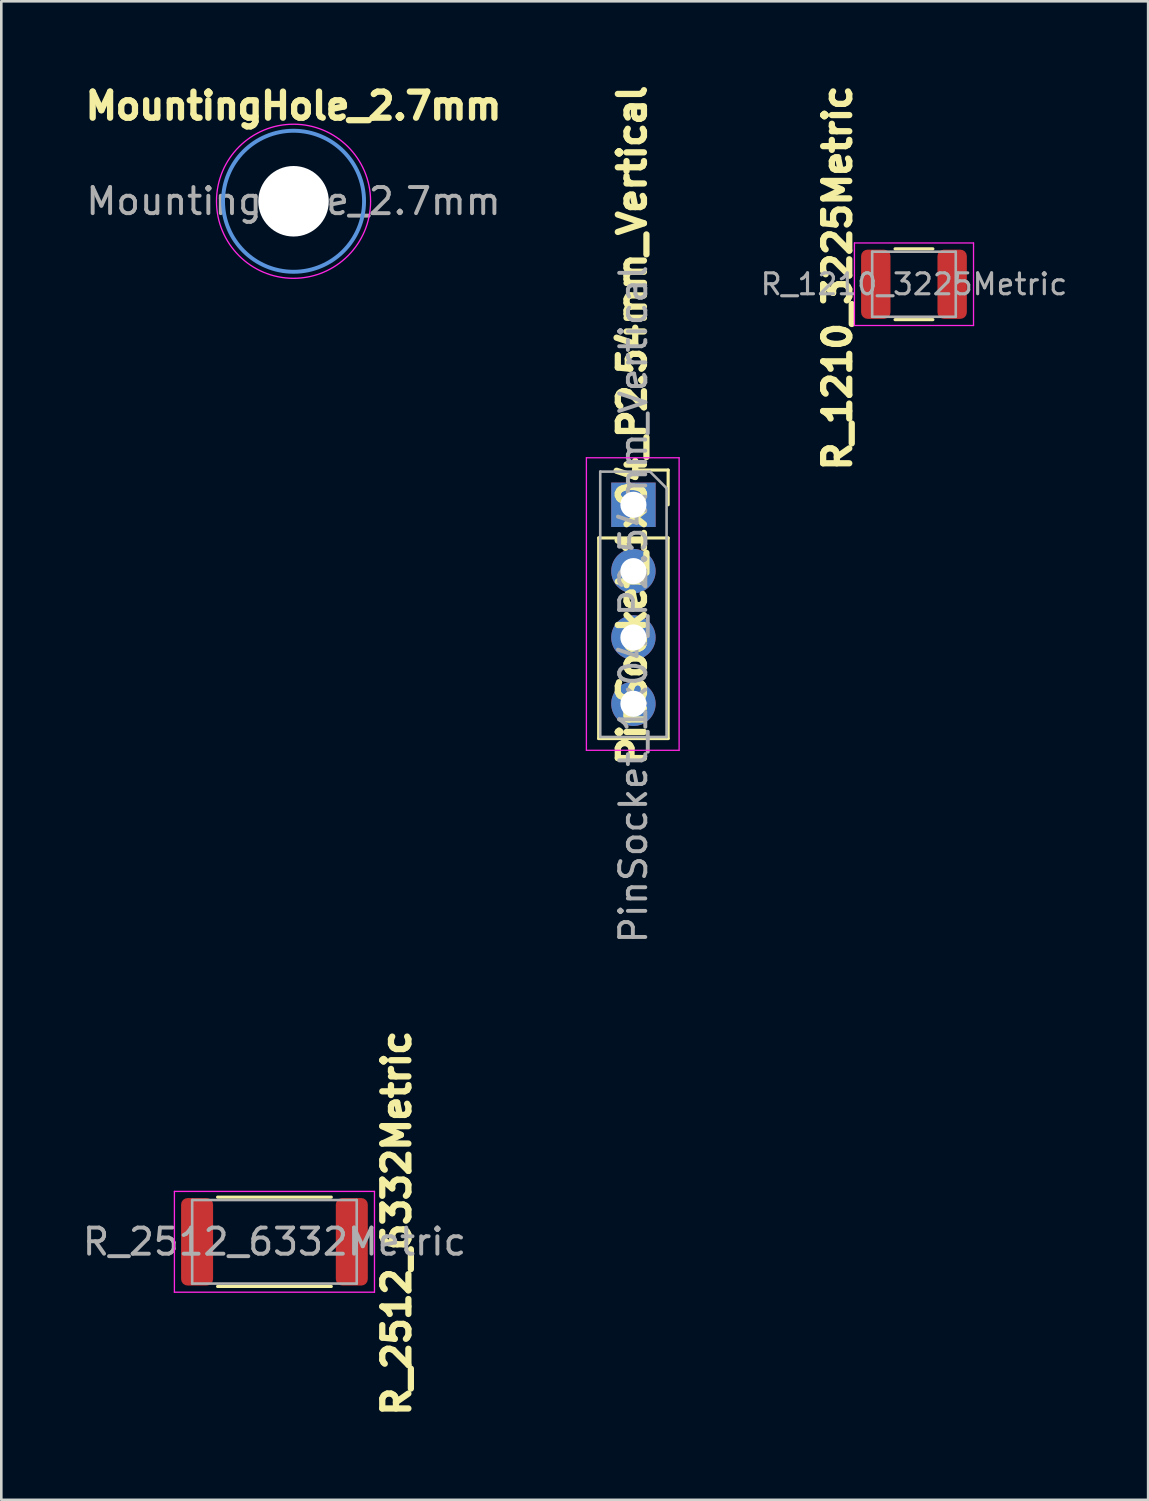
<source format=kicad_pcb>
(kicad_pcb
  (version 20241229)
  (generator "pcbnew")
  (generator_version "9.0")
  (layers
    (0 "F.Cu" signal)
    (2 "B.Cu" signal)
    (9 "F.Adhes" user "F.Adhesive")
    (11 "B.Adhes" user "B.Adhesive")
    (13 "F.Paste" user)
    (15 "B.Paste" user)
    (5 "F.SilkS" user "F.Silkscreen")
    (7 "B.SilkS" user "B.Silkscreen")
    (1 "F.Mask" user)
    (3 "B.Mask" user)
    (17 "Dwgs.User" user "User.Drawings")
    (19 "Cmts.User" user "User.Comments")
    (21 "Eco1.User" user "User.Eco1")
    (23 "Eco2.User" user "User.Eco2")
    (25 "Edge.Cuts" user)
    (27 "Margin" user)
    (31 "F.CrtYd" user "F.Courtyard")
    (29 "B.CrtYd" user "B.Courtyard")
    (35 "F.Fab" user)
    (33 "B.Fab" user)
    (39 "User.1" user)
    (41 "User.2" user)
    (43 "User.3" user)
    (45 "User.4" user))
  (footprint "R_2512_6332Metric"
    (layer "F.Cu")
    (at 7.458 44.496)
    (property "Reference" "R_2512_6332Metric" (at 4.678 -0.714 270) (layer "F.SilkS") (effects (font (size 1 1) (thickness 0.24))))
    (attr smd)
    (fp_line (start -2.177 -1.71) (end 2.177 -1.71) (stroke (width 0.12) (type solid)) (layer "F.SilkS"))
    (fp_line (start -2.177 1.71) (end 2.177 1.71) (stroke (width 0.12) (type solid)) (layer "F.SilkS"))
    (fp_line (start -3.83 -1.93) (end 3.83 -1.93) (stroke (width 0.05) (type solid)) (layer "F.CrtYd"))
    (fp_line (start -3.83 1.93) (end -3.83 -1.93) (stroke (width 0.05) (type solid)) (layer "F.CrtYd"))
    (fp_line (start 3.83 -1.93) (end 3.83 1.93) (stroke (width 0.05) (type solid)) (layer "F.CrtYd"))
    (fp_line (start 3.83 1.93) (end -3.83 1.93) (stroke (width 0.05) (type solid)) (layer "F.CrtYd"))
    (fp_line (start -3.15 -1.6) (end 3.15 -1.6) (stroke (width 0.1) (type solid)) (layer "F.Fab"))
    (fp_line (start -3.15 1.6) (end -3.15 -1.6) (stroke (width 0.1) (type solid)) (layer "F.Fab"))
    (fp_line (start 3.15 -1.6) (end 3.15 1.6) (stroke (width 0.1) (type solid)) (layer "F.Fab"))
    (fp_line (start 3.15 1.6) (end -3.15 1.6) (stroke (width 0.1) (type solid)) (layer "F.Fab"))
    (fp_text user "${REFERENCE}" (at 0 0 0) (layer "F.Fab") (effects (font (size 1 1) (thickness 0.15))))
    (pad "1" smd roundrect (at -2.962 0) (size 1.225 3.35) (layers "F.Cu" "F.Mask" "F.Paste") (roundrect_rratio 0.204))
    (pad "2" smd roundrect (at 2.962 0) (size 1.225 3.35) (layers "F.Cu" "F.Mask" "F.Paste") (roundrect_rratio 0.204)))
  (footprint "PinSocket_1x04_P2.54mm_Vertical"
    (layer "F.Cu")
    (at 21.202 16.277)
    (property "Reference" "PinSocket_1x04_P2.54mm_Vertical" (at -0.047 -3.041 270) (layer "F.SilkS") (effects (font (size 1 1) (thickness 0.24))))
    (attr through_hole)
    (fp_line (start -1.33 1.27) (end -1.33 8.95) (stroke (width 0.12) (type solid)) (layer "F.SilkS"))
    (fp_line (start -1.33 1.27) (end 1.33 1.27) (stroke (width 0.12) (type solid)) (layer "F.SilkS"))
    (fp_line (start -1.33 8.95) (end 1.33 8.95) (stroke (width 0.12) (type solid)) (layer "F.SilkS"))
    (fp_line (start 0 -1.33) (end 1.33 -1.33) (stroke (width 0.12) (type solid)) (layer "F.SilkS"))
    (fp_line (start 1.33 -1.33) (end 1.33 0) (stroke (width 0.12) (type solid)) (layer "F.SilkS"))
    (fp_line (start 1.33 1.27) (end 1.33 8.95) (stroke (width 0.12) (type solid)) (layer "F.SilkS"))
    (fp_line (start -1.8 -1.8) (end 1.75 -1.8) (stroke (width 0.05) (type solid)) (layer "F.CrtYd"))
    (fp_line (start -1.8 9.4) (end -1.8 -1.8) (stroke (width 0.05) (type solid)) (layer "F.CrtYd"))
    (fp_line (start 1.75 -1.8) (end 1.75 9.4) (stroke (width 0.05) (type solid)) (layer "F.CrtYd"))
    (fp_line (start 1.75 9.4) (end -1.8 9.4) (stroke (width 0.05) (type solid)) (layer "F.CrtYd"))
    (fp_line (start -1.27 -1.27) (end 0.635 -1.27) (stroke (width 0.1) (type solid)) (layer "F.Fab"))
    (fp_line (start -1.27 8.89) (end -1.27 -1.27) (stroke (width 0.1) (type solid)) (layer "F.Fab"))
    (fp_line (start 0.635 -1.27) (end 1.27 -0.635) (stroke (width 0.1) (type solid)) (layer "F.Fab"))
    (fp_line (start 1.27 -0.635) (end 1.27 8.89) (stroke (width 0.1) (type solid)) (layer "F.Fab"))
    (fp_line (start 1.27 8.89) (end -1.27 8.89) (stroke (width 0.1) (type solid)) (layer "F.Fab"))
    (fp_text user "${REFERENCE}" (at 0 3.81 90) (layer "F.Fab") (effects (font (size 1 1) (thickness 0.15))))
    (pad "1" thru_hole rect (at 0 0) (size 1.7 1.7) (drill 1) (layers "*.Cu" "*.Mask"))
    (pad "2" thru_hole circle (at 0 2.54) (size 1.7 1.7) (drill 1) (layers "*.Cu" "*.Mask"))
    (pad "3" thru_hole circle (at 0 5.08) (size 1.7 1.7) (drill 1) (layers "*.Cu" "*.Mask"))
    (pad "4" thru_hole circle (at 0 7.62) (size 1.7 1.7) (drill 1) (layers "*.Cu" "*.Mask")))
  (footprint "MountingHole_2.7mm"
    (layer "F.Cu")
    (at 8.189 4.656)
    (property "Reference" "MountingHole_2.7mm" (at 0 -3.65 0) (layer "F.SilkS") (effects (font (size 1 1) (thickness 0.24))))
    (attr exclude_from_pos_files exclude_from_bom)
    (fp_circle (center 0 0) (end 2.7 0) (stroke (width 0.15) (type solid)) (fill no) (layer "Cmts.User"))
    (fp_circle (center 0 0) (end 2.95 0) (stroke (width 0.05) (type solid)) (fill no) (layer "F.CrtYd"))
    (fp_text user "${REFERENCE}" (at 0 0 0) (layer "F.Fab") (effects (font (size 1 1) (thickness 0.15))))
    (pad "" np_thru_hole circle (at 0 0) (size 2.7 2.7) (drill 2.7) (layers "*.Cu" "*.Mask")))
  (footprint "R_1210_3225Metric"
    (layer "F.Cu")
    (at 31.944 7.833)
    (property "Reference" "R_1210_3225Metric" (at -2.928 -0.24 270) (layer "F.SilkS") (effects (font (size 1 1) (thickness 0.24))))
    (attr smd)
    (fp_line (start -0.724 -1.355) (end 0.724 -1.355) (stroke (width 0.12) (type solid)) (layer "F.SilkS"))
    (fp_line (start -0.724 1.355) (end 0.724 1.355) (stroke (width 0.12) (type solid)) (layer "F.SilkS"))
    (fp_line (start -2.28 -1.58) (end 2.28 -1.58) (stroke (width 0.05) (type solid)) (layer "F.CrtYd"))
    (fp_line (start -2.28 1.58) (end -2.28 -1.58) (stroke (width 0.05) (type solid)) (layer "F.CrtYd"))
    (fp_line (start 2.28 -1.58) (end 2.28 1.58) (stroke (width 0.05) (type solid)) (layer "F.CrtYd"))
    (fp_line (start 2.28 1.58) (end -2.28 1.58) (stroke (width 0.05) (type solid)) (layer "F.CrtYd"))
    (fp_line (start -1.6 -1.245) (end 1.6 -1.245) (stroke (width 0.1) (type solid)) (layer "F.Fab"))
    (fp_line (start -1.6 1.245) (end -1.6 -1.245) (stroke (width 0.1) (type solid)) (layer "F.Fab"))
    (fp_line (start 1.6 -1.245) (end 1.6 1.245) (stroke (width 0.1) (type solid)) (layer "F.Fab"))
    (fp_line (start 1.6 1.245) (end -1.6 1.245) (stroke (width 0.1) (type solid)) (layer "F.Fab"))
    (fp_text user "${REFERENCE}" (at 0 0 180) (layer "F.Fab") (effects (font (size 0.8 0.8) (thickness 0.12))))
    (pad "1" smd roundrect (at -1.462 0) (size 1.125 2.65) (layers "F.Cu" "F.Mask" "F.Paste") (roundrect_rratio 0.222))
    (pad "2" smd roundrect (at 1.462 0) (size 1.125 2.65) (layers "F.Cu" "F.Mask" "F.Paste") (roundrect_rratio 0.222)))
  (gr_rect
    (start -3 -3)
    (end 40.91 54.375)
    (stroke (width 0.1) (type default))
    (fill no)
    (layer "Edge.Cuts")))
</source>
